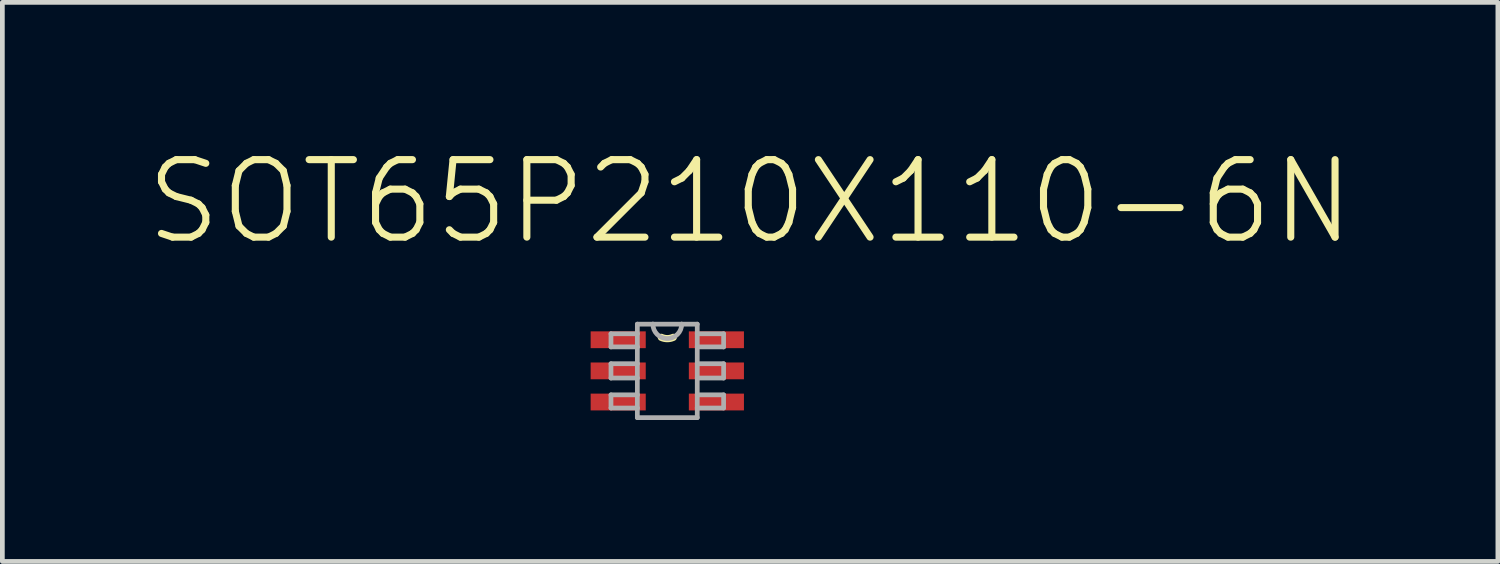
<source format=kicad_pcb>
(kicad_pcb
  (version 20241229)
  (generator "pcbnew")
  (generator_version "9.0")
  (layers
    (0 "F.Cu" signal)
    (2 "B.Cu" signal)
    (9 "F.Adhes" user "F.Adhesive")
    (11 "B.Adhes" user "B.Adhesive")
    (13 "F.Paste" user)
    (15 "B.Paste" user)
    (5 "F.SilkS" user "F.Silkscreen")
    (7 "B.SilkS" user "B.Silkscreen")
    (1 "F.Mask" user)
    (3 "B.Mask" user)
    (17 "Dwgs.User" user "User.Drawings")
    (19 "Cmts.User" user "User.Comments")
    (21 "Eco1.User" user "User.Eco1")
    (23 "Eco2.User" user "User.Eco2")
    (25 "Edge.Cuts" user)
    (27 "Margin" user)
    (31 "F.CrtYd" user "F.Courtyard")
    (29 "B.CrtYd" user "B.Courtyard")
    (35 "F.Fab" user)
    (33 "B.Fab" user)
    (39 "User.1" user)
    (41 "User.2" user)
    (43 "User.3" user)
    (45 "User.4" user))
  (footprint "SOT65P210X110-6N"
    (layer "F.Cu")
    (at 11.097 4.813)
    (property "Reference" "SOT65P210X110-6N" (at 1.756 -3.588 0) (layer "F.SilkS") (effects (font (size 1.643 1.643) (thickness 0.15))))
    (attr smd)
    (fp_arc (start 0.127 -0.7112) (mid 0 -0.683626) (end -0.127 -0.7112) (stroke (width 0.1524) (type solid)) (layer "F.SilkS"))
    (fp_line (start -1.194 -0.787) (end -1.194 -0.508) (stroke (width 0.1) (type solid)) (layer "F.Fab"))
    (fp_line (start -1.194 -0.508) (end -0.635 -0.508) (stroke (width 0.1) (type solid)) (layer "F.Fab"))
    (fp_line (start -1.194 -0.152) (end -1.194 0.152) (stroke (width 0.1) (type solid)) (layer "F.Fab"))
    (fp_line (start -1.194 0.152) (end -0.635 0.152) (stroke (width 0.1) (type solid)) (layer "F.Fab"))
    (fp_line (start -1.194 0.508) (end -1.194 0.787) (stroke (width 0.1) (type solid)) (layer "F.Fab"))
    (fp_line (start -1.194 0.787) (end -0.635 0.787) (stroke (width 0.1) (type solid)) (layer "F.Fab"))
    (fp_line (start -0.635 -0.991) (end -0.635 -0.787) (stroke (width 0.1) (type solid)) (layer "F.Fab"))
    (fp_line (start -0.635 -0.787) (end -1.194 -0.787) (stroke (width 0.1) (type solid)) (layer "F.Fab"))
    (fp_line (start -0.635 -0.787) (end -0.635 -0.508) (stroke (width 0.1) (type solid)) (layer "F.Fab"))
    (fp_line (start -0.635 -0.508) (end -0.635 -0.152) (stroke (width 0.1) (type solid)) (layer "F.Fab"))
    (fp_line (start -0.635 -0.152) (end -1.194 -0.152) (stroke (width 0.1) (type solid)) (layer "F.Fab"))
    (fp_line (start -0.635 -0.152) (end -0.635 0.152) (stroke (width 0.1) (type solid)) (layer "F.Fab"))
    (fp_line (start -0.635 0.152) (end -0.635 0.508) (stroke (width 0.1) (type solid)) (layer "F.Fab"))
    (fp_line (start -0.635 0.508) (end -1.194 0.508) (stroke (width 0.1) (type solid)) (layer "F.Fab"))
    (fp_line (start -0.635 0.787) (end -0.635 0.508) (stroke (width 0.1) (type solid)) (layer "F.Fab"))
    (fp_line (start -0.635 0.991) (end -0.635 0.787) (stroke (width 0.1) (type solid)) (layer "F.Fab"))
    (fp_line (start -0.635 0.991) (end 0.635 0.991) (stroke (width 0.1) (type solid)) (layer "F.Fab"))
    (fp_line (start -0.305 -0.991) (end -0.635 -0.991) (stroke (width 0.1) (type solid)) (layer "F.Fab"))
    (fp_line (start 0.305 -0.991) (end -0.305 -0.991) (stroke (width 0.1) (type solid)) (layer "F.Fab"))
    (fp_line (start 0.635 -0.991) (end 0.305 -0.991) (stroke (width 0.1) (type solid)) (layer "F.Fab"))
    (fp_line (start 0.635 -0.991) (end 0.635 -0.787) (stroke (width 0.1) (type solid)) (layer "F.Fab"))
    (fp_line (start 0.635 -0.787) (end 0.635 -0.508) (stroke (width 0.1) (type solid)) (layer "F.Fab"))
    (fp_line (start 0.635 -0.508) (end 1.194 -0.508) (stroke (width 0.1) (type solid)) (layer "F.Fab"))
    (fp_line (start 0.635 -0.152) (end 0.635 -0.508) (stroke (width 0.1) (type solid)) (layer "F.Fab"))
    (fp_line (start 0.635 0.152) (end 0.635 -0.152) (stroke (width 0.1) (type solid)) (layer "F.Fab"))
    (fp_line (start 0.635 0.152) (end 1.194 0.152) (stroke (width 0.1) (type solid)) (layer "F.Fab"))
    (fp_line (start 0.635 0.508) (end 0.635 0.152) (stroke (width 0.1) (type solid)) (layer "F.Fab"))
    (fp_line (start 0.635 0.787) (end 0.635 0.508) (stroke (width 0.1) (type solid)) (layer "F.Fab"))
    (fp_line (start 0.635 0.787) (end 1.194 0.787) (stroke (width 0.1) (type solid)) (layer "F.Fab"))
    (fp_line (start 0.635 0.991) (end 0.635 0.787) (stroke (width 0.1) (type solid)) (layer "F.Fab"))
    (fp_line (start 1.194 -0.787) (end 0.635 -0.787) (stroke (width 0.1) (type solid)) (layer "F.Fab"))
    (fp_line (start 1.194 -0.508) (end 1.194 -0.787) (stroke (width 0.1) (type solid)) (layer "F.Fab"))
    (fp_line (start 1.194 -0.152) (end 0.635 -0.152) (stroke (width 0.1) (type solid)) (layer "F.Fab"))
    (fp_line (start 1.194 0.152) (end 1.194 -0.152) (stroke (width 0.1) (type solid)) (layer "F.Fab"))
    (fp_line (start 1.194 0.508) (end 0.635 0.508) (stroke (width 0.1) (type solid)) (layer "F.Fab"))
    (fp_line (start 1.194 0.787) (end 1.194 0.508) (stroke (width 0.1) (type solid)) (layer "F.Fab"))
    (fp_arc (start 0.3048 -0.9906) (mid 0 -0.6858) (end -0.3048 -0.9906) (stroke (width 0.1) (type solid)) (layer "F.Fab"))
    (pad "1" smd rect (at -1.041 -0.66) (size 1.168 0.356) (layers "F.Cu" "F.Mask" "F.Paste"))
    (pad "2" smd rect (at -1.041 0) (size 1.168 0.356) (layers "F.Cu" "F.Mask" "F.Paste"))
    (pad "3" smd rect (at -1.041 0.66) (size 1.168 0.356) (layers "F.Cu" "F.Mask" "F.Paste"))
    (pad "4" smd rect (at 1.041 0.66) (size 1.168 0.356) (layers "F.Cu" "F.Mask" "F.Paste"))
    (pad "5" smd rect (at 1.041 0) (size 1.168 0.356) (layers "F.Cu" "F.Mask" "F.Paste"))
    (pad "6" smd rect (at 1.041 -0.66) (size 1.168 0.356) (layers "F.Cu" "F.Mask" "F.Paste")))
  (gr_rect
    (start -3 -3)
    (end 28.706 8.853)
    (stroke (width 0.1) (type default))
    (fill no)
    (layer "Edge.Cuts")))
</source>
